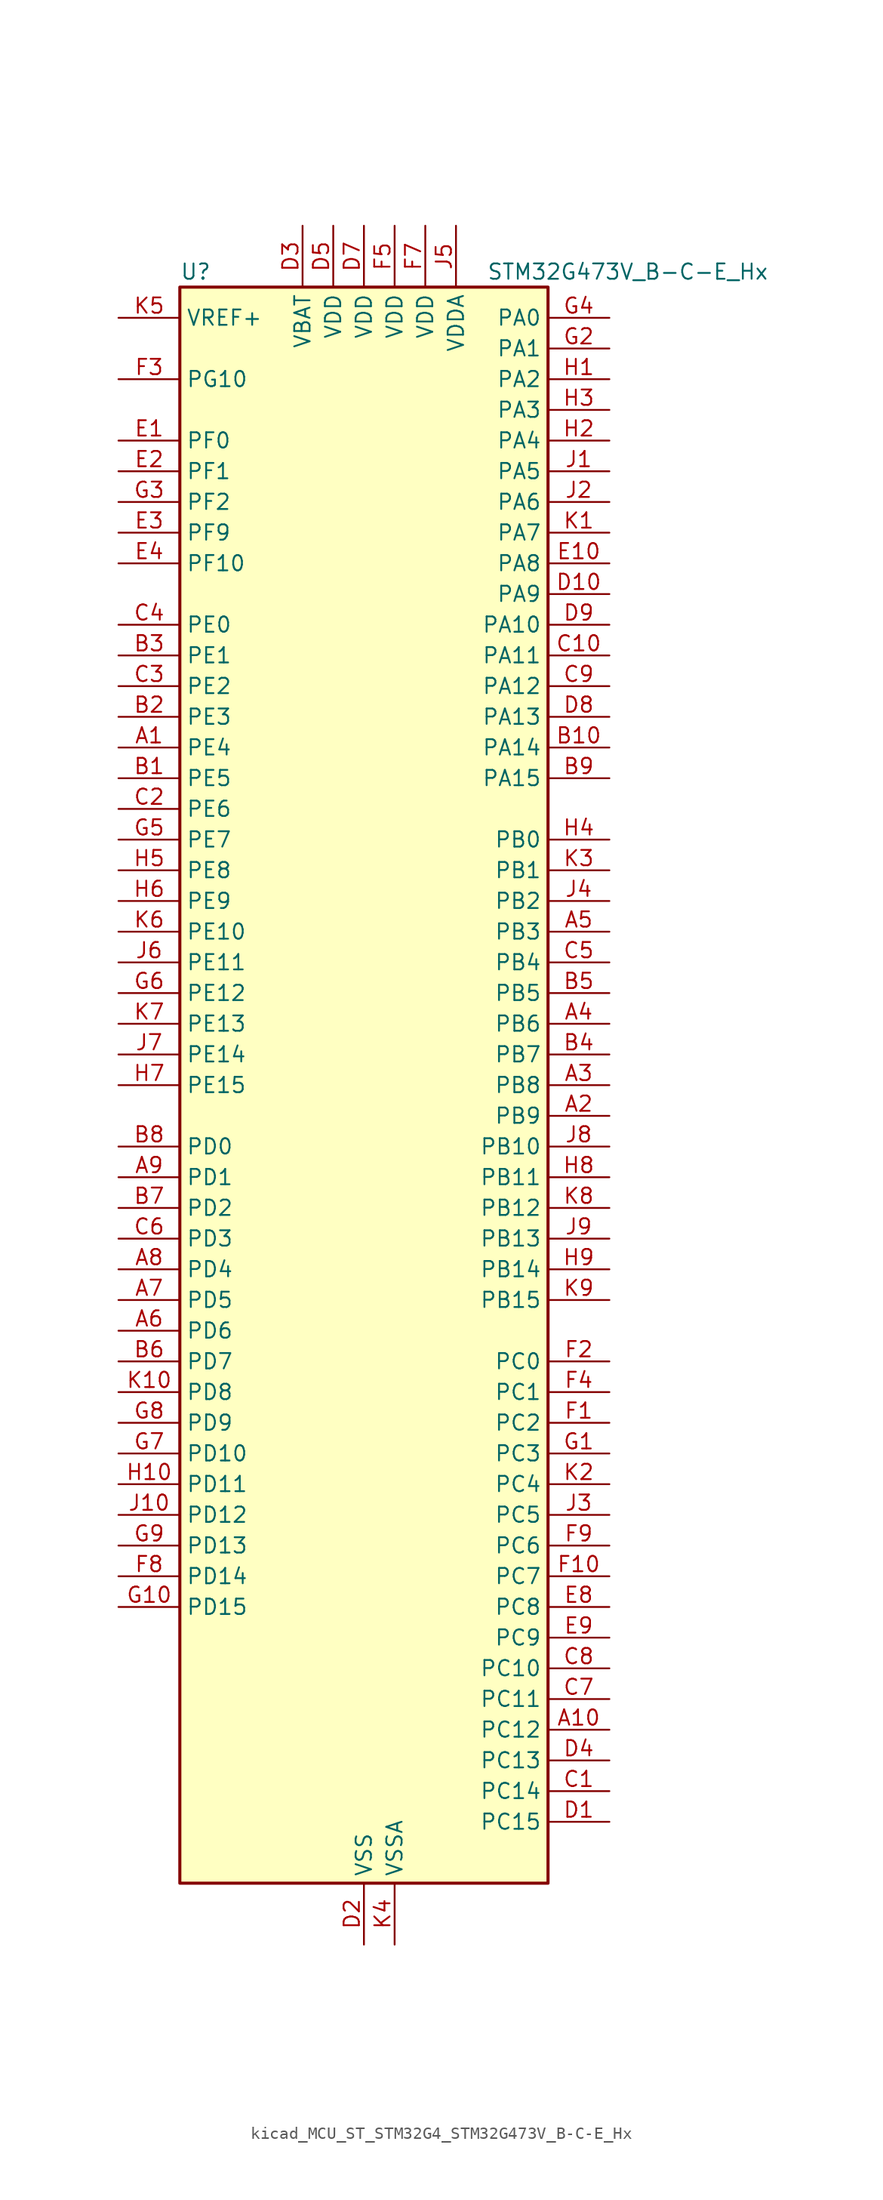
<source format=kicad_sym>
(kicad_symbol_lib
  (version 20220914)
  (generator kicad_symbol_editor)
  (symbol "kicad_MCU_ST_STM32G4_STM32G473V_B-C-E_Hx"
    (property "Reference" "U"
      (at -15.24 67.31 0)
      (effects (font (size 1.27 1.27)) (justify left)))
    (property "Value" "STM32G473V_B-C-E_Hx"
      (at 10.16 67.31 0)
      (effects (font (size 1.27 1.27)) (justify left)))
    (property "ki_locked" ""
      (at 0 0 0)
      (effects (font (size 1.27 1.27))))
    (symbol "kicad_MCU_ST_STM32G4_STM32G473V_B-C-E_Hx_0_1"
      (rectangle (start -15.24 -66.04) (end 15.24 66.04) (stroke (width 0.254) (type default)) (fill (type background))))
    (symbol "kicad_MCU_ST_STM32G4_STM32G473V_B-C-E_Hx_1_1"
      (pin bidirectional line (at -20.32 27.94 0) (length 5.08) (name "PE4" (effects (font (size 1.27 1.27)))) (number "A1" (effects (font (size 1.27 1.27)))) (alternate "FMC_A20" bidirectional line) (alternate "SAI1_D2" bidirectional line) (alternate "SAI1_FS_A" bidirectional line) (alternate "SPI4_NSS" bidirectional line) (alternate "SYS_TRACED1" bidirectional line) (alternate "TIM20_CH1N" bidirectional line) (alternate "TIM3_CH3" bidirectional line))
      (pin bidirectional line (at 20.32 -53.34 180) (length 5.08) (name "PC12" (effects (font (size 1.27 1.27)))) (number "A10" (effects (font (size 1.27 1.27)))) (alternate "I2S3_SD" bidirectional line) (alternate "SPI3_MOSI" bidirectional line) (alternate "TIM5_CH2" bidirectional line) (alternate "TIM8_CH3N" bidirectional line) (alternate "UART5_TX" bidirectional line) (alternate "UCPD1_FRSTX1" bidirectional line) (alternate "UCPD1_FRSTX2" bidirectional line) (alternate "USART3_CK" bidirectional line))
      (pin bidirectional line (at 20.32 -2.54 180) (length 5.08) (name "PB9" (effects (font (size 1.27 1.27)))) (number "A2" (effects (font (size 1.27 1.27)))) (alternate "COMP2_OUT" bidirectional line) (alternate "DAC1_EXTI9" bidirectional line) (alternate "DAC2_EXTI9" bidirectional line) (alternate "DAC3_EXTI9" bidirectional line) (alternate "DAC4_EXTI9" bidirectional line) (alternate "FDCAN1_TX" bidirectional line) (alternate "I2C1_SDA" bidirectional line) (alternate "IR_OUT" bidirectional line) (alternate "SAI1_D2" bidirectional line) (alternate "SAI1_FS_A" bidirectional line) (alternate "TIM17_CH1" bidirectional line) (alternate "TIM1_CH3N" bidirectional line) (alternate "TIM4_CH4" bidirectional line) (alternate "TIM8_CH3" bidirectional line) (alternate "USART3_TX" bidirectional line))
      (pin bidirectional line (at 20.32 0 180) (length 5.08) (name "PB8" (effects (font (size 1.27 1.27)))) (number "A3" (effects (font (size 1.27 1.27)))) (alternate "COMP1_OUT" bidirectional line) (alternate "FDCAN1_RX" bidirectional line) (alternate "I2C1_SCL" bidirectional line) (alternate "SAI1_CK1" bidirectional line) (alternate "SAI1_MCLK_A" bidirectional line) (alternate "TIM16_CH1" bidirectional line) (alternate "TIM1_BKIN" bidirectional line) (alternate "TIM4_CH3" bidirectional line) (alternate "TIM8_CH2" bidirectional line) (alternate "USART3_RX" bidirectional line))
      (pin bidirectional line (at 20.32 5.08 180) (length 5.08) (name "PB6" (effects (font (size 1.27 1.27)))) (number "A4" (effects (font (size 1.27 1.27)))) (alternate "COMP4_OUT" bidirectional line) (alternate "FDCAN2_TX" bidirectional line) (alternate "LPTIM1_ETR" bidirectional line) (alternate "SAI1_FS_B" bidirectional line) (alternate "TIM16_CH1N" bidirectional line) (alternate "TIM4_CH1" bidirectional line) (alternate "TIM8_BKIN2" bidirectional line) (alternate "TIM8_CH1" bidirectional line) (alternate "TIM8_ETR" bidirectional line) (alternate "UCPD1_CC1" bidirectional line) (alternate "USART1_TX" bidirectional line))
      (pin bidirectional line (at 20.32 12.7 180) (length 5.08) (name "PB3" (effects (font (size 1.27 1.27)))) (number "A5" (effects (font (size 1.27 1.27)))) (alternate "ADC3_EXTI3" bidirectional line) (alternate "ADC4_EXTI3" bidirectional line) (alternate "ADC5_EXTI3" bidirectional line) (alternate "CRS_SYNC" bidirectional line) (alternate "FDCAN3_RX" bidirectional line) (alternate "I2S3_CK" bidirectional line) (alternate "SAI1_SCK_B" bidirectional line) (alternate "SPI1_SCK" bidirectional line) (alternate "SPI3_SCK" bidirectional line) (alternate "SYS_JTDO-SWO" bidirectional line) (alternate "TIM2_CH2" bidirectional line) (alternate "TIM3_ETR" bidirectional line) (alternate "TIM4_ETR" bidirectional line) (alternate "TIM8_CH1N" bidirectional line) (alternate "USART2_TX" bidirectional line))
      (pin bidirectional line (at -20.32 -20.32 0) (length 5.08) (name "PD6" (effects (font (size 1.27 1.27)))) (number "A6" (effects (font (size 1.27 1.27)))) (alternate "FMC_NWAIT" bidirectional line) (alternate "QUADSPI1_BK2_IO2" bidirectional line) (alternate "SAI1_D1" bidirectional line) (alternate "SAI1_SD_A" bidirectional line) (alternate "TIM2_CH4" bidirectional line) (alternate "USART2_RX" bidirectional line))
      (pin bidirectional line (at -20.32 -17.78 0) (length 5.08) (name "PD5" (effects (font (size 1.27 1.27)))) (number "A7" (effects (font (size 1.27 1.27)))) (alternate "FMC_NWE" bidirectional line) (alternate "QUADSPI1_BK2_IO1" bidirectional line) (alternate "USART2_TX" bidirectional line))
      (pin bidirectional line (at -20.32 -15.24 0) (length 5.08) (name "PD4" (effects (font (size 1.27 1.27)))) (number "A8" (effects (font (size 1.27 1.27)))) (alternate "FMC_NOE" bidirectional line) (alternate "QUADSPI1_BK2_IO0" bidirectional line) (alternate "TIM2_CH2" bidirectional line) (alternate "USART2_DE" bidirectional line) (alternate "USART2_RTS" bidirectional line))
      (pin bidirectional line (at -20.32 -7.62 0) (length 5.08) (name "PD1" (effects (font (size 1.27 1.27)))) (number "A9" (effects (font (size 1.27 1.27)))) (alternate "FDCAN1_TX" bidirectional line) (alternate "FMC_D3" bidirectional line) (alternate "FMC_DA3" bidirectional line) (alternate "TIM8_BKIN2" bidirectional line) (alternate "TIM8_CH4" bidirectional line))
      (pin bidirectional line (at -20.32 25.4 0) (length 5.08) (name "PE5" (effects (font (size 1.27 1.27)))) (number "B1" (effects (font (size 1.27 1.27)))) (alternate "FMC_A21" bidirectional line) (alternate "SAI1_CK2" bidirectional line) (alternate "SAI1_SCK_A" bidirectional line) (alternate "SPI4_MISO" bidirectional line) (alternate "SYS_TRACED2" bidirectional line) (alternate "TIM20_CH2N" bidirectional line) (alternate "TIM3_CH4" bidirectional line))
      (pin bidirectional line (at 20.32 27.94 180) (length 5.08) (name "PA14" (effects (font (size 1.27 1.27)))) (number "B10" (effects (font (size 1.27 1.27)))) (alternate "I2C1_SDA" bidirectional line) (alternate "I2C4_SMBA" bidirectional line) (alternate "LPTIM1_OUT" bidirectional line) (alternate "SAI1_FS_B" bidirectional line) (alternate "SYS_JTCK-SWCLK" bidirectional line) (alternate "TIM1_BKIN" bidirectional line) (alternate "TIM8_CH2" bidirectional line) (alternate "USART2_TX" bidirectional line))
      (pin bidirectional line (at -20.32 30.48 0) (length 5.08) (name "PE3" (effects (font (size 1.27 1.27)))) (number "B2" (effects (font (size 1.27 1.27)))) (alternate "ADC3_EXTI3" bidirectional line) (alternate "ADC4_EXTI3" bidirectional line) (alternate "ADC5_EXTI3" bidirectional line) (alternate "FMC_A19" bidirectional line) (alternate "SAI1_SD_B" bidirectional line) (alternate "SPI4_NSS" bidirectional line) (alternate "SYS_TRACED0" bidirectional line) (alternate "TIM20_CH2" bidirectional line) (alternate "TIM3_CH2" bidirectional line))
      (pin bidirectional line (at -20.32 35.56 0) (length 5.08) (name "PE1" (effects (font (size 1.27 1.27)))) (number "B3" (effects (font (size 1.27 1.27)))) (alternate "FMC_NBL1" bidirectional line) (alternate "TIM17_CH1" bidirectional line) (alternate "TIM20_CH4" bidirectional line) (alternate "USART1_RX" bidirectional line))
      (pin bidirectional line (at 20.32 2.54 180) (length 5.08) (name "PB7" (effects (font (size 1.27 1.27)))) (number "B4" (effects (font (size 1.27 1.27)))) (alternate "COMP3_OUT" bidirectional line) (alternate "FMC_NL" bidirectional line) (alternate "I2C1_SDA" bidirectional line) (alternate "I2C4_SDA" bidirectional line) (alternate "LPTIM1_IN2" bidirectional line) (alternate "SYS_PVD_IN" bidirectional line) (alternate "TIM17_CH1N" bidirectional line) (alternate "TIM3_CH4" bidirectional line) (alternate "TIM4_CH2" bidirectional line) (alternate "TIM8_BKIN" bidirectional line) (alternate "UART4_CTS" bidirectional line) (alternate "USART1_RX" bidirectional line))
      (pin bidirectional line (at 20.32 7.62 180) (length 5.08) (name "PB5" (effects (font (size 1.27 1.27)))) (number "B5" (effects (font (size 1.27 1.27)))) (alternate "FDCAN2_RX" bidirectional line) (alternate "I2C1_SMBA" bidirectional line) (alternate "I2C3_SDA" bidirectional line) (alternate "I2S3_SD" bidirectional line) (alternate "LPTIM1_IN1" bidirectional line) (alternate "SAI1_SD_B" bidirectional line) (alternate "SPI1_MOSI" bidirectional line) (alternate "SPI3_MOSI" bidirectional line) (alternate "TIM16_BKIN" bidirectional line) (alternate "TIM17_CH1" bidirectional line) (alternate "TIM3_CH2" bidirectional line) (alternate "TIM8_CH3N" bidirectional line) (alternate "UART5_CTS" bidirectional line) (alternate "USART2_CK" bidirectional line))
      (pin bidirectional line (at -20.32 -22.86 0) (length 5.08) (name "PD7" (effects (font (size 1.27 1.27)))) (number "B6" (effects (font (size 1.27 1.27)))) (alternate "FMC_NCE" bidirectional line) (alternate "FMC_NE1" bidirectional line) (alternate "QUADSPI1_BK2_IO3" bidirectional line) (alternate "TIM2_CH3" bidirectional line) (alternate "USART2_CK" bidirectional line))
      (pin bidirectional line (at -20.32 -10.16 0) (length 5.08) (name "PD2" (effects (font (size 1.27 1.27)))) (number "B7" (effects (font (size 1.27 1.27)))) (alternate "ADC3_EXTI2" bidirectional line) (alternate "ADC4_EXTI2" bidirectional line) (alternate "ADC5_EXTI2" bidirectional line) (alternate "TIM3_ETR" bidirectional line) (alternate "TIM8_BKIN" bidirectional line) (alternate "UART5_RX" bidirectional line))
      (pin bidirectional line (at -20.32 -5.08 0) (length 5.08) (name "PD0" (effects (font (size 1.27 1.27)))) (number "B8" (effects (font (size 1.27 1.27)))) (alternate "FDCAN1_RX" bidirectional line) (alternate "FMC_D2" bidirectional line) (alternate "FMC_DA2" bidirectional line) (alternate "TIM8_CH4N" bidirectional line))
      (pin bidirectional line (at 20.32 25.4 180) (length 5.08) (name "PA15" (effects (font (size 1.27 1.27)))) (number "B9" (effects (font (size 1.27 1.27)))) (alternate "ADC1_EXTI15" bidirectional line) (alternate "ADC2_EXTI15" bidirectional line) (alternate "FDCAN3_TX" bidirectional line) (alternate "I2C1_SCL" bidirectional line) (alternate "I2S3_WS" bidirectional line) (alternate "SPI1_NSS" bidirectional line) (alternate "SPI3_NSS" bidirectional line) (alternate "SYS_JTDI" bidirectional line) (alternate "TIM1_BKIN" bidirectional line) (alternate "TIM2_CH1" bidirectional line) (alternate "TIM2_ETR" bidirectional line) (alternate "TIM8_CH1" bidirectional line) (alternate "UART4_DE" bidirectional line) (alternate "UART4_RTS" bidirectional line) (alternate "USART2_RX" bidirectional line))
      (pin bidirectional line (at 20.32 -58.42 180) (length 5.08) (name "PC14" (effects (font (size 1.27 1.27)))) (number "C1" (effects (font (size 1.27 1.27)))) (alternate "RCC_OSC32_IN" bidirectional line))
      (pin bidirectional line (at 20.32 35.56 180) (length 5.08) (name "PA11" (effects (font (size 1.27 1.27)))) (number "C10" (effects (font (size 1.27 1.27)))) (alternate "ADC1_EXTI11" bidirectional line) (alternate "ADC2_EXTI11" bidirectional line) (alternate "COMP1_OUT" bidirectional line) (alternate "FDCAN1_RX" bidirectional line) (alternate "I2S2_SD" bidirectional line) (alternate "SPI2_MOSI" bidirectional line) (alternate "TIM1_BKIN2" bidirectional line) (alternate "TIM1_CH1N" bidirectional line) (alternate "TIM1_CH4" bidirectional line) (alternate "TIM4_CH1" bidirectional line) (alternate "USART1_CTS" bidirectional line) (alternate "USART1_NSS" bidirectional line) (alternate "USB_DM" bidirectional line))
      (pin bidirectional line (at -20.32 22.86 0) (length 5.08) (name "PE6" (effects (font (size 1.27 1.27)))) (number "C2" (effects (font (size 1.27 1.27)))) (alternate "FMC_A22" bidirectional line) (alternate "RTC_TAMP3" bidirectional line) (alternate "SAI1_D1" bidirectional line) (alternate "SAI1_SD_A" bidirectional line) (alternate "SPI4_MOSI" bidirectional line) (alternate "SYS_TRACED3" bidirectional line) (alternate "SYS_WKUP3" bidirectional line) (alternate "TIM20_CH3N" bidirectional line))
      (pin bidirectional line (at -20.32 33.02 0) (length 5.08) (name "PE2" (effects (font (size 1.27 1.27)))) (number "C3" (effects (font (size 1.27 1.27)))) (alternate "ADC3_EXTI2" bidirectional line) (alternate "ADC4_EXTI2" bidirectional line) (alternate "ADC5_EXTI2" bidirectional line) (alternate "FMC_A23" bidirectional line) (alternate "SAI1_CK1" bidirectional line) (alternate "SAI1_MCLK_A" bidirectional line) (alternate "SPI4_SCK" bidirectional line) (alternate "SYS_TRACECLK" bidirectional line) (alternate "TIM20_CH1" bidirectional line) (alternate "TIM3_CH1" bidirectional line))
      (pin bidirectional line (at -20.32 38.1 0) (length 5.08) (name "PE0" (effects (font (size 1.27 1.27)))) (number "C4" (effects (font (size 1.27 1.27)))) (alternate "FMC_NBL0" bidirectional line) (alternate "TIM16_CH1" bidirectional line) (alternate "TIM20_CH4N" bidirectional line) (alternate "TIM20_ETR" bidirectional line) (alternate "TIM4_ETR" bidirectional line) (alternate "USART1_TX" bidirectional line))
      (pin bidirectional line (at 20.32 10.16 180) (length 5.08) (name "PB4" (effects (font (size 1.27 1.27)))) (number "C5" (effects (font (size 1.27 1.27)))) (alternate "FDCAN3_TX" bidirectional line) (alternate "SAI1_MCLK_B" bidirectional line) (alternate "SPI1_MISO" bidirectional line) (alternate "SPI3_MISO" bidirectional line) (alternate "SYS_JTRST" bidirectional line) (alternate "TIM16_CH1" bidirectional line) (alternate "TIM17_BKIN" bidirectional line) (alternate "TIM3_CH1" bidirectional line) (alternate "TIM8_CH2N" bidirectional line) (alternate "UART5_DE" bidirectional line) (alternate "UART5_RTS" bidirectional line) (alternate "UCPD1_CC2" bidirectional line) (alternate "USART2_RX" bidirectional line))
      (pin bidirectional line (at -20.32 -12.7 0) (length 5.08) (name "PD3" (effects (font (size 1.27 1.27)))) (number "C6" (effects (font (size 1.27 1.27)))) (alternate "ADC3_EXTI3" bidirectional line) (alternate "ADC4_EXTI3" bidirectional line) (alternate "ADC5_EXTI3" bidirectional line) (alternate "FMC_CLK" bidirectional line) (alternate "QUADSPI1_BK2_NCS" bidirectional line) (alternate "TIM2_CH1" bidirectional line) (alternate "TIM2_ETR" bidirectional line) (alternate "USART2_CTS" bidirectional line) (alternate "USART2_NSS" bidirectional line))
      (pin bidirectional line (at 20.32 -50.8 180) (length 5.08) (name "PC11" (effects (font (size 1.27 1.27)))) (number "C7" (effects (font (size 1.27 1.27)))) (alternate "ADC1_EXTI11" bidirectional line) (alternate "ADC2_EXTI11" bidirectional line) (alternate "I2C3_SDA" bidirectional line) (alternate "SPI3_MISO" bidirectional line) (alternate "TIM8_CH2N" bidirectional line) (alternate "UART4_RX" bidirectional line) (alternate "USART3_RX" bidirectional line))
      (pin bidirectional line (at 20.32 -48.26 180) (length 5.08) (name "PC10" (effects (font (size 1.27 1.27)))) (number "C8" (effects (font (size 1.27 1.27)))) (alternate "DAC1_EXTI10" bidirectional line) (alternate "DAC2_EXTI10" bidirectional line) (alternate "DAC3_EXTI10" bidirectional line) (alternate "DAC4_EXTI10" bidirectional line) (alternate "I2S3_CK" bidirectional line) (alternate "SPI3_SCK" bidirectional line) (alternate "TIM8_CH1N" bidirectional line) (alternate "UART4_TX" bidirectional line) (alternate "USART3_TX" bidirectional line))
      (pin bidirectional line (at 20.32 33.02 180) (length 5.08) (name "PA12" (effects (font (size 1.27 1.27)))) (number "C9" (effects (font (size 1.27 1.27)))) (alternate "COMP2_OUT" bidirectional line) (alternate "FDCAN1_TX" bidirectional line) (alternate "I2S_CKIN" bidirectional line) (alternate "TIM16_CH1" bidirectional line) (alternate "TIM1_CH2N" bidirectional line) (alternate "TIM1_ETR" bidirectional line) (alternate "TIM4_CH2" bidirectional line) (alternate "USART1_DE" bidirectional line) (alternate "USART1_RTS" bidirectional line) (alternate "USB_DP" bidirectional line))
      (pin bidirectional line (at 20.32 -60.96 180) (length 5.08) (name "PC15" (effects (font (size 1.27 1.27)))) (number "D1" (effects (font (size 1.27 1.27)))) (alternate "ADC1_EXTI15" bidirectional line) (alternate "ADC2_EXTI15" bidirectional line) (alternate "RCC_OSC32_OUT" bidirectional line))
      (pin bidirectional line (at 20.32 40.64 180) (length 5.08) (name "PA9" (effects (font (size 1.27 1.27)))) (number "D10" (effects (font (size 1.27 1.27)))) (alternate "ADC5_IN2" bidirectional line) (alternate "COMP5_OUT" bidirectional line) (alternate "DAC1_EXTI9" bidirectional line) (alternate "DAC2_EXTI9" bidirectional line) (alternate "DAC3_EXTI9" bidirectional line) (alternate "DAC4_EXTI9" bidirectional line) (alternate "I2C2_SCL" bidirectional line) (alternate "I2C3_SMBA" bidirectional line) (alternate "I2S3_MCK" bidirectional line) (alternate "SAI1_FS_A" bidirectional line) (alternate "TIM15_BKIN" bidirectional line) (alternate "TIM1_CH2" bidirectional line) (alternate "TIM2_CH3" bidirectional line) (alternate "UCPD1_DBCC1" bidirectional line) (alternate "USART1_TX" bidirectional line))
      (pin power_in line (at 0 -71.12 90) (length 5.08) (name "VSS" (effects (font (size 1.27 1.27)))) (number "D2" (effects (font (size 1.27 1.27)))))
      (pin power_in line (at -5.08 71.12 270) (length 5.08) (name "VBAT" (effects (font (size 1.27 1.27)))) (number "D3" (effects (font (size 1.27 1.27)))))
      (pin bidirectional line (at 20.32 -55.88 180) (length 5.08) (name "PC13" (effects (font (size 1.27 1.27)))) (number "D4" (effects (font (size 1.27 1.27)))) (alternate "RTC_OUT1" bidirectional line) (alternate "RTC_TAMP1" bidirectional line) (alternate "RTC_TS" bidirectional line) (alternate "SYS_WKUP2" bidirectional line) (alternate "TIM1_BKIN" bidirectional line) (alternate "TIM1_CH1N" bidirectional line) (alternate "TIM8_CH4N" bidirectional line))
      (pin power_in line (at -2.54 71.12 270) (length 5.08) (name "VDD" (effects (font (size 1.27 1.27)))) (number "D5" (effects (font (size 1.27 1.27)))))
      (pin passive line (at 0 -71.12 90) (length 5.08) hide (name "VSS" (effects (font (size 1.27 1.27)))) (number "D6" (effects (font (size 1.27 1.27)))))
      (pin power_in line (at 0 71.12 270) (length 5.08) (name "VDD" (effects (font (size 1.27 1.27)))) (number "D7" (effects (font (size 1.27 1.27)))))
      (pin bidirectional line (at 20.32 30.48 180) (length 5.08) (name "PA13" (effects (font (size 1.27 1.27)))) (number "D8" (effects (font (size 1.27 1.27)))) (alternate "I2C1_SCL" bidirectional line) (alternate "I2C4_SCL" bidirectional line) (alternate "IR_OUT" bidirectional line) (alternate "SAI1_SD_B" bidirectional line) (alternate "SYS_JTMS-SWDIO" bidirectional line) (alternate "TIM16_CH1N" bidirectional line) (alternate "TIM4_CH3" bidirectional line) (alternate "USART3_CTS" bidirectional line) (alternate "USART3_NSS" bidirectional line))
      (pin bidirectional line (at 20.32 38.1 180) (length 5.08) (name "PA10" (effects (font (size 1.27 1.27)))) (number "D9" (effects (font (size 1.27 1.27)))) (alternate "COMP6_OUT" bidirectional line) (alternate "CRS_SYNC" bidirectional line) (alternate "DAC1_EXTI10" bidirectional line) (alternate "DAC2_EXTI10" bidirectional line) (alternate "DAC3_EXTI10" bidirectional line) (alternate "DAC4_EXTI10" bidirectional line) (alternate "I2C2_SMBA" bidirectional line) (alternate "SAI1_D1" bidirectional line) (alternate "SAI1_SD_A" bidirectional line) (alternate "SPI2_MISO" bidirectional line) (alternate "TIM17_BKIN" bidirectional line) (alternate "TIM1_CH3" bidirectional line) (alternate "TIM2_CH4" bidirectional line) (alternate "TIM8_BKIN" bidirectional line) (alternate "UCPD1_DBCC2" bidirectional line) (alternate "USART1_RX" bidirectional line))
      (pin bidirectional line (at -20.32 53.34 0) (length 5.08) (name "PF0" (effects (font (size 1.27 1.27)))) (number "E1" (effects (font (size 1.27 1.27)))) (alternate "ADC1_IN10" bidirectional line) (alternate "I2C2_SDA" bidirectional line) (alternate "I2S2_WS" bidirectional line) (alternate "RCC_OSC_IN" bidirectional line) (alternate "SPI2_NSS" bidirectional line) (alternate "TIM1_CH3N" bidirectional line))
      (pin bidirectional line (at 20.32 43.18 180) (length 5.08) (name "PA8" (effects (font (size 1.27 1.27)))) (number "E10" (effects (font (size 1.27 1.27)))) (alternate "ADC5_IN1" bidirectional line) (alternate "COMP7_OUT" bidirectional line) (alternate "FDCAN3_RX" bidirectional line) (alternate "I2C2_SDA" bidirectional line) (alternate "I2C3_SCL" bidirectional line) (alternate "I2S2_MCK" bidirectional line) (alternate "OPAMP5_VOUT" bidirectional line) (alternate "RCC_MCO" bidirectional line) (alternate "SAI1_CK2" bidirectional line) (alternate "SAI1_SCK_A" bidirectional line) (alternate "TIM1_CH1" bidirectional line) (alternate "TIM4_ETR" bidirectional line) (alternate "USART1_CK" bidirectional line))
      (pin bidirectional line (at -20.32 50.8 0) (length 5.08) (name "PF1" (effects (font (size 1.27 1.27)))) (number "E2" (effects (font (size 1.27 1.27)))) (alternate "ADC2_IN10" bidirectional line) (alternate "COMP3_INM" bidirectional line) (alternate "I2S2_CK" bidirectional line) (alternate "RCC_OSC_OUT" bidirectional line) (alternate "SPI2_SCK" bidirectional line))
      (pin bidirectional line (at -20.32 45.72 0) (length 5.08) (name "PF9" (effects (font (size 1.27 1.27)))) (number "E3" (effects (font (size 1.27 1.27)))) (alternate "DAC1_EXTI9" bidirectional line) (alternate "DAC2_EXTI9" bidirectional line) (alternate "DAC3_EXTI9" bidirectional line) (alternate "DAC4_EXTI9" bidirectional line) (alternate "FMC_A25" bidirectional line) (alternate "QUADSPI1_BK1_IO1" bidirectional line) (alternate "SAI1_FS_B" bidirectional line) (alternate "SPI2_SCK" bidirectional line) (alternate "TIM15_CH1" bidirectional line) (alternate "TIM20_BKIN" bidirectional line) (alternate "TIM5_CH4" bidirectional line))
      (pin bidirectional line (at -20.32 43.18 0) (length 5.08) (name "PF10" (effects (font (size 1.27 1.27)))) (number "E4" (effects (font (size 1.27 1.27)))) (alternate "DAC1_EXTI10" bidirectional line) (alternate "DAC2_EXTI10" bidirectional line) (alternate "DAC3_EXTI10" bidirectional line) (alternate "DAC4_EXTI10" bidirectional line) (alternate "FMC_A0" bidirectional line) (alternate "QUADSPI1_CLK" bidirectional line) (alternate "SAI1_D3" bidirectional line) (alternate "SPI2_SCK" bidirectional line) (alternate "TIM15_CH2" bidirectional line) (alternate "TIM20_BKIN2" bidirectional line))
      (pin passive line (at 0 -71.12 90) (length 5.08) hide (name "VSS" (effects (font (size 1.27 1.27)))) (number "E5" (effects (font (size 1.27 1.27)))))
      (pin passive line (at 0 -71.12 90) (length 5.08) hide (name "VSS" (effects (font (size 1.27 1.27)))) (number "E6" (effects (font (size 1.27 1.27)))))
      (pin passive line (at 0 -71.12 90) (length 5.08) hide (name "VSS" (effects (font (size 1.27 1.27)))) (number "E7" (effects (font (size 1.27 1.27)))))
      (pin bidirectional line (at 20.32 -43.18 180) (length 5.08) (name "PC8" (effects (font (size 1.27 1.27)))) (number "E8" (effects (font (size 1.27 1.27)))) (alternate "COMP7_OUT" bidirectional line) (alternate "I2C3_SCL" bidirectional line) (alternate "TIM20_CH3" bidirectional line) (alternate "TIM3_CH3" bidirectional line) (alternate "TIM8_CH3" bidirectional line))
      (pin bidirectional line (at 20.32 -45.72 180) (length 5.08) (name "PC9" (effects (font (size 1.27 1.27)))) (number "E9" (effects (font (size 1.27 1.27)))) (alternate "DAC1_EXTI9" bidirectional line) (alternate "DAC2_EXTI9" bidirectional line) (alternate "DAC3_EXTI9" bidirectional line) (alternate "DAC4_EXTI9" bidirectional line) (alternate "I2C3_SDA" bidirectional line) (alternate "I2S_CKIN" bidirectional line) (alternate "TIM3_CH4" bidirectional line) (alternate "TIM8_BKIN2" bidirectional line) (alternate "TIM8_CH4" bidirectional line))
      (pin bidirectional line (at 20.32 -27.94 180) (length 5.08) (name "PC2" (effects (font (size 1.27 1.27)))) (number "F1" (effects (font (size 1.27 1.27)))) (alternate "ADC1_IN8" bidirectional line) (alternate "ADC2_IN8" bidirectional line) (alternate "ADC3_EXTI2" bidirectional line) (alternate "ADC4_EXTI2" bidirectional line) (alternate "ADC5_EXTI2" bidirectional line) (alternate "COMP3_OUT" bidirectional line) (alternate "LPTIM1_IN2" bidirectional line) (alternate "QUADSPI1_BK2_IO1" bidirectional line) (alternate "TIM1_CH3" bidirectional line) (alternate "TIM20_CH2" bidirectional line))
      (pin bidirectional line (at 20.32 -40.64 180) (length 5.08) (name "PC7" (effects (font (size 1.27 1.27)))) (number "F10" (effects (font (size 1.27 1.27)))) (alternate "COMP5_OUT" bidirectional line) (alternate "I2C4_SDA" bidirectional line) (alternate "I2S3_MCK" bidirectional line) (alternate "TIM3_CH2" bidirectional line) (alternate "TIM8_CH2" bidirectional line))
      (pin bidirectional line (at 20.32 -22.86 180) (length 5.08) (name "PC0" (effects (font (size 1.27 1.27)))) (number "F2" (effects (font (size 1.27 1.27)))) (alternate "ADC1_IN6" bidirectional line) (alternate "ADC2_IN6" bidirectional line) (alternate "COMP3_INM" bidirectional line) (alternate "LPTIM1_IN1" bidirectional line) (alternate "LPUART1_RX" bidirectional line) (alternate "TIM1_CH1" bidirectional line))
      (pin bidirectional line (at -20.32 58.42 0) (length 5.08) (name "PG10" (effects (font (size 1.27 1.27)))) (number "F3" (effects (font (size 1.27 1.27)))) (alternate "DAC1_EXTI10" bidirectional line) (alternate "DAC2_EXTI10" bidirectional line) (alternate "DAC3_EXTI10" bidirectional line) (alternate "DAC4_EXTI10" bidirectional line) (alternate "RCC_MCO" bidirectional line))
      (pin bidirectional line (at 20.32 -25.4 180) (length 5.08) (name "PC1" (effects (font (size 1.27 1.27)))) (number "F4" (effects (font (size 1.27 1.27)))) (alternate "ADC1_IN7" bidirectional line) (alternate "ADC2_IN7" bidirectional line) (alternate "COMP3_INP" bidirectional line) (alternate "LPTIM1_OUT" bidirectional line) (alternate "LPUART1_TX" bidirectional line) (alternate "QUADSPI1_BK2_IO0" bidirectional line) (alternate "SAI1_SD_A" bidirectional line) (alternate "TIM1_CH2" bidirectional line))
      (pin power_in line (at 2.54 71.12 270) (length 5.08) (name "VDD" (effects (font (size 1.27 1.27)))) (number "F5" (effects (font (size 1.27 1.27)))))
      (pin passive line (at 0 -71.12 90) (length 5.08) hide (name "VSS" (effects (font (size 1.27 1.27)))) (number "F6" (effects (font (size 1.27 1.27)))))
      (pin power_in line (at 5.08 71.12 270) (length 5.08) (name "VDD" (effects (font (size 1.27 1.27)))) (number "F7" (effects (font (size 1.27 1.27)))))
      (pin bidirectional line (at -20.32 -40.64 0) (length 5.08) (name "PD14" (effects (font (size 1.27 1.27)))) (number "F8" (effects (font (size 1.27 1.27)))) (alternate "ADC3_IN11" bidirectional line) (alternate "ADC4_IN11" bidirectional line) (alternate "ADC5_IN11" bidirectional line) (alternate "COMP7_INP" bidirectional line) (alternate "FMC_D0" bidirectional line) (alternate "FMC_DA0" bidirectional line) (alternate "OPAMP2_VINP" bidirectional line) (alternate "OPAMP2_VINP_SEC" bidirectional line) (alternate "TIM4_CH3" bidirectional line))
      (pin bidirectional line (at 20.32 -38.1 180) (length 5.08) (name "PC6" (effects (font (size 1.27 1.27)))) (number "F9" (effects (font (size 1.27 1.27)))) (alternate "COMP6_OUT" bidirectional line) (alternate "I2C4_SCL" bidirectional line) (alternate "I2S2_MCK" bidirectional line) (alternate "TIM3_CH1" bidirectional line) (alternate "TIM8_CH1" bidirectional line))
      (pin bidirectional line (at 20.32 -30.48 180) (length 5.08) (name "PC3" (effects (font (size 1.27 1.27)))) (number "G1" (effects (font (size 1.27 1.27)))) (alternate "ADC1_IN9" bidirectional line) (alternate "ADC2_IN9" bidirectional line) (alternate "ADC3_EXTI3" bidirectional line) (alternate "ADC4_EXTI3" bidirectional line) (alternate "ADC5_EXTI3" bidirectional line) (alternate "LPTIM1_ETR" bidirectional line) (alternate "OPAMP5_VINP" bidirectional line) (alternate "OPAMP5_VINP_SEC" bidirectional line) (alternate "QUADSPI1_BK2_IO2" bidirectional line) (alternate "SAI1_D1" bidirectional line) (alternate "SAI1_SD_A" bidirectional line) (alternate "TIM1_BKIN2" bidirectional line) (alternate "TIM1_CH4" bidirectional line))
      (pin bidirectional line (at -20.32 -43.18 0) (length 5.08) (name "PD15" (effects (font (size 1.27 1.27)))) (number "G10" (effects (font (size 1.27 1.27)))) (alternate "ADC1_EXTI15" bidirectional line) (alternate "ADC2_EXTI15" bidirectional line) (alternate "COMP7_INM" bidirectional line) (alternate "FMC_D1" bidirectional line) (alternate "FMC_DA1" bidirectional line) (alternate "SPI2_NSS" bidirectional line) (alternate "TIM4_CH4" bidirectional line))
      (pin bidirectional line (at 20.32 60.96 180) (length 5.08) (name "PA1" (effects (font (size 1.27 1.27)))) (number "G2" (effects (font (size 1.27 1.27)))) (alternate "ADC1_IN2" bidirectional line) (alternate "ADC2_IN2" bidirectional line) (alternate "COMP1_INP" bidirectional line) (alternate "OPAMP1_VINP" bidirectional line) (alternate "OPAMP1_VINP_SEC" bidirectional line) (alternate "OPAMP3_VINP" bidirectional line) (alternate "OPAMP3_VINP_SEC" bidirectional line) (alternate "OPAMP6_VINM" bidirectional line) (alternate "OPAMP6_VINM0" bidirectional line) (alternate "OPAMP6_VINM_SEC" bidirectional line) (alternate "RTC_REFIN" bidirectional line) (alternate "TIM15_CH1N" bidirectional line) (alternate "TIM2_CH2" bidirectional line) (alternate "TIM5_CH2" bidirectional line) (alternate "USART2_DE" bidirectional line) (alternate "USART2_RTS" bidirectional line))
      (pin bidirectional line (at -20.32 48.26 0) (length 5.08) (name "PF2" (effects (font (size 1.27 1.27)))) (number "G3" (effects (font (size 1.27 1.27)))) (alternate "ADC3_EXTI2" bidirectional line) (alternate "ADC4_EXTI2" bidirectional line) (alternate "ADC5_EXTI2" bidirectional line) (alternate "FMC_A2" bidirectional line) (alternate "I2C2_SMBA" bidirectional line) (alternate "TIM20_CH3" bidirectional line))
      (pin bidirectional line (at 20.32 63.5 180) (length 5.08) (name "PA0" (effects (font (size 1.27 1.27)))) (number "G4" (effects (font (size 1.27 1.27)))) (alternate "ADC1_IN1" bidirectional line) (alternate "ADC2_IN1" bidirectional line) (alternate "COMP1_INM" bidirectional line) (alternate "COMP1_OUT" bidirectional line) (alternate "COMP3_INP" bidirectional line) (alternate "RTC_TAMP2" bidirectional line) (alternate "SYS_WKUP1" bidirectional line) (alternate "TIM2_CH1" bidirectional line) (alternate "TIM2_ETR" bidirectional line) (alternate "TIM5_CH1" bidirectional line) (alternate "TIM8_BKIN" bidirectional line) (alternate "TIM8_ETR" bidirectional line) (alternate "USART2_CTS" bidirectional line) (alternate "USART2_NSS" bidirectional line))
      (pin bidirectional line (at -20.32 20.32 0) (length 5.08) (name "PE7" (effects (font (size 1.27 1.27)))) (number "G5" (effects (font (size 1.27 1.27)))) (alternate "ADC3_IN4" bidirectional line) (alternate "COMP4_INP" bidirectional line) (alternate "FMC_D4" bidirectional line) (alternate "FMC_DA4" bidirectional line) (alternate "SAI1_SD_B" bidirectional line) (alternate "TIM1_ETR" bidirectional line))
      (pin bidirectional line (at -20.32 7.62 0) (length 5.08) (name "PE12" (effects (font (size 1.27 1.27)))) (number "G6" (effects (font (size 1.27 1.27)))) (alternate "ADC3_IN16" bidirectional line) (alternate "ADC4_IN16" bidirectional line) (alternate "ADC5_IN16" bidirectional line) (alternate "FMC_D9" bidirectional line) (alternate "FMC_DA9" bidirectional line) (alternate "QUADSPI1_BK1_IO0" bidirectional line) (alternate "SPI4_SCK" bidirectional line) (alternate "TIM1_CH3N" bidirectional line))
      (pin bidirectional line (at -20.32 -30.48 0) (length 5.08) (name "PD10" (effects (font (size 1.27 1.27)))) (number "G7" (effects (font (size 1.27 1.27)))) (alternate "ADC3_IN7" bidirectional line) (alternate "ADC4_IN7" bidirectional line) (alternate "ADC5_IN7" bidirectional line) (alternate "COMP6_INM" bidirectional line) (alternate "DAC1_EXTI10" bidirectional line) (alternate "DAC2_EXTI10" bidirectional line) (alternate "DAC3_EXTI10" bidirectional line) (alternate "DAC4_EXTI10" bidirectional line) (alternate "FMC_D15" bidirectional line) (alternate "FMC_DA15" bidirectional line) (alternate "USART3_CK" bidirectional line))
      (pin bidirectional line (at -20.32 -27.94 0) (length 5.08) (name "PD9" (effects (font (size 1.27 1.27)))) (number "G8" (effects (font (size 1.27 1.27)))) (alternate "ADC4_IN13" bidirectional line) (alternate "ADC5_IN13" bidirectional line) (alternate "DAC1_EXTI9" bidirectional line) (alternate "DAC2_EXTI9" bidirectional line) (alternate "DAC3_EXTI9" bidirectional line) (alternate "DAC4_EXTI9" bidirectional line) (alternate "FMC_D14" bidirectional line) (alternate "FMC_DA14" bidirectional line) (alternate "OPAMP6_VINP" bidirectional line) (alternate "OPAMP6_VINP_SEC" bidirectional line) (alternate "USART3_RX" bidirectional line))
      (pin bidirectional line (at -20.32 -38.1 0) (length 5.08) (name "PD13" (effects (font (size 1.27 1.27)))) (number "G9" (effects (font (size 1.27 1.27)))) (alternate "ADC3_IN10" bidirectional line) (alternate "ADC4_IN10" bidirectional line) (alternate "ADC5_IN10" bidirectional line) (alternate "COMP5_INM" bidirectional line) (alternate "FMC_A18" bidirectional line) (alternate "TIM4_CH2" bidirectional line))
      (pin bidirectional line (at 20.32 58.42 180) (length 5.08) (name "PA2" (effects (font (size 1.27 1.27)))) (number "H1" (effects (font (size 1.27 1.27)))) (alternate "ADC1_IN3" bidirectional line) (alternate "ADC3_EXTI2" bidirectional line) (alternate "ADC4_EXTI2" bidirectional line) (alternate "ADC5_EXTI2" bidirectional line) (alternate "COMP2_INM" bidirectional line) (alternate "COMP2_OUT" bidirectional line) (alternate "LPUART1_TX" bidirectional line) (alternate "OPAMP1_VOUT" bidirectional line) (alternate "QUADSPI1_BK1_NCS" bidirectional line) (alternate "RCC_LSCO" bidirectional line) (alternate "SYS_WKUP4" bidirectional line) (alternate "TIM15_CH1" bidirectional line) (alternate "TIM2_CH3" bidirectional line) (alternate "TIM5_CH3" bidirectional line) (alternate "UCPD1_FRSTX1" bidirectional line) (alternate "UCPD1_FRSTX2" bidirectional line) (alternate "USART2_TX" bidirectional line))
      (pin bidirectional line (at -20.32 -33.02 0) (length 5.08) (name "PD11" (effects (font (size 1.27 1.27)))) (number "H10" (effects (font (size 1.27 1.27)))) (alternate "ADC1_EXTI11" bidirectional line) (alternate "ADC2_EXTI11" bidirectional line) (alternate "ADC3_IN8" bidirectional line) (alternate "ADC4_IN8" bidirectional line) (alternate "ADC5_IN8" bidirectional line) (alternate "COMP6_INP" bidirectional line) (alternate "FMC_A16" bidirectional line) (alternate "FMC_CLE" bidirectional line) (alternate "I2C4_SMBA" bidirectional line) (alternate "OPAMP4_VINP" bidirectional line) (alternate "OPAMP4_VINP_SEC" bidirectional line) (alternate "TIM5_ETR" bidirectional line) (alternate "USART3_CTS" bidirectional line) (alternate "USART3_NSS" bidirectional line))
      (pin bidirectional line (at 20.32 53.34 180) (length 5.08) (name "PA4" (effects (font (size 1.27 1.27)))) (number "H2" (effects (font (size 1.27 1.27)))) (alternate "ADC2_IN17" bidirectional line) (alternate "COMP1_INM" bidirectional line) (alternate "DAC1_OUT1" bidirectional line) (alternate "I2S3_WS" bidirectional line) (alternate "SAI1_FS_B" bidirectional line) (alternate "SPI1_NSS" bidirectional line) (alternate "SPI3_NSS" bidirectional line) (alternate "TIM3_CH2" bidirectional line) (alternate "USART2_CK" bidirectional line))
      (pin bidirectional line (at 20.32 55.88 180) (length 5.08) (name "PA3" (effects (font (size 1.27 1.27)))) (number "H3" (effects (font (size 1.27 1.27)))) (alternate "ADC1_IN4" bidirectional line) (alternate "ADC3_EXTI3" bidirectional line) (alternate "ADC4_EXTI3" bidirectional line) (alternate "ADC5_EXTI3" bidirectional line) (alternate "COMP2_INP" bidirectional line) (alternate "LPUART1_RX" bidirectional line) (alternate "OPAMP1_VINM" bidirectional line) (alternate "OPAMP1_VINM0" bidirectional line) (alternate "OPAMP1_VINM_SEC" bidirectional line) (alternate "OPAMP1_VINP" bidirectional line) (alternate "OPAMP1_VINP_SEC" bidirectional line) (alternate "OPAMP5_VINM" bidirectional line) (alternate "OPAMP5_VINM1" bidirectional line) (alternate "OPAMP5_VINM_SEC" bidirectional line) (alternate "QUADSPI1_CLK" bidirectional line) (alternate "SAI1_CK1" bidirectional line) (alternate "SAI1_MCLK_A" bidirectional line) (alternate "TIM15_CH2" bidirectional line) (alternate "TIM2_CH4" bidirectional line) (alternate "TIM5_CH4" bidirectional line) (alternate "USART2_RX" bidirectional line))
      (pin bidirectional line (at 20.32 20.32 180) (length 5.08) (name "PB0" (effects (font (size 1.27 1.27)))) (number "H4" (effects (font (size 1.27 1.27)))) (alternate "ADC1_IN15" bidirectional line) (alternate "ADC3_IN12" bidirectional line) (alternate "COMP4_INP" bidirectional line) (alternate "OPAMP2_VINP" bidirectional line) (alternate "OPAMP2_VINP_SEC" bidirectional line) (alternate "OPAMP3_VINP" bidirectional line) (alternate "OPAMP3_VINP_SEC" bidirectional line) (alternate "QUADSPI1_BK1_IO1" bidirectional line) (alternate "TIM1_CH2N" bidirectional line) (alternate "TIM3_CH3" bidirectional line) (alternate "TIM8_CH2N" bidirectional line) (alternate "UCPD1_FRSTX1" bidirectional line) (alternate "UCPD1_FRSTX2" bidirectional line))
      (pin bidirectional line (at -20.32 17.78 0) (length 5.08) (name "PE8" (effects (font (size 1.27 1.27)))) (number "H5" (effects (font (size 1.27 1.27)))) (alternate "ADC3_IN6" bidirectional line) (alternate "ADC4_IN6" bidirectional line) (alternate "ADC5_IN6" bidirectional line) (alternate "COMP4_INM" bidirectional line) (alternate "FMC_D5" bidirectional line) (alternate "FMC_DA5" bidirectional line) (alternate "SAI1_SCK_B" bidirectional line) (alternate "TIM1_CH1N" bidirectional line) (alternate "TIM5_CH3" bidirectional line))
      (pin bidirectional line (at -20.32 15.24 0) (length 5.08) (name "PE9" (effects (font (size 1.27 1.27)))) (number "H6" (effects (font (size 1.27 1.27)))) (alternate "ADC3_IN2" bidirectional line) (alternate "DAC1_EXTI9" bidirectional line) (alternate "DAC2_EXTI9" bidirectional line) (alternate "DAC3_EXTI9" bidirectional line) (alternate "DAC4_EXTI9" bidirectional line) (alternate "FMC_D6" bidirectional line) (alternate "FMC_DA6" bidirectional line) (alternate "SAI1_FS_B" bidirectional line) (alternate "TIM1_CH1" bidirectional line) (alternate "TIM5_CH4" bidirectional line))
      (pin bidirectional line (at -20.32 0 0) (length 5.08) (name "PE15" (effects (font (size 1.27 1.27)))) (number "H7" (effects (font (size 1.27 1.27)))) (alternate "ADC1_EXTI15" bidirectional line) (alternate "ADC2_EXTI15" bidirectional line) (alternate "ADC4_IN2" bidirectional line) (alternate "FMC_D12" bidirectional line) (alternate "FMC_DA12" bidirectional line) (alternate "QUADSPI1_BK1_IO3" bidirectional line) (alternate "TIM1_BKIN" bidirectional line) (alternate "TIM1_CH4N" bidirectional line) (alternate "USART3_RX" bidirectional line))
      (pin bidirectional line (at 20.32 -7.62 180) (length 5.08) (name "PB11" (effects (font (size 1.27 1.27)))) (number "H8" (effects (font (size 1.27 1.27)))) (alternate "ADC1_EXTI11" bidirectional line) (alternate "ADC1_IN14" bidirectional line) (alternate "ADC2_EXTI11" bidirectional line) (alternate "ADC2_IN14" bidirectional line) (alternate "COMP6_INP" bidirectional line) (alternate "LPUART1_TX" bidirectional line) (alternate "OPAMP4_VINP" bidirectional line) (alternate "OPAMP4_VINP_SEC" bidirectional line) (alternate "OPAMP6_VOUT" bidirectional line) (alternate "QUADSPI1_BK1_NCS" bidirectional line) (alternate "TIM2_CH4" bidirectional line) (alternate "USART3_RX" bidirectional line))
      (pin bidirectional line (at 20.32 -15.24 180) (length 5.08) (name "PB14" (effects (font (size 1.27 1.27)))) (number "H9" (effects (font (size 1.27 1.27)))) (alternate "ADC1_IN5" bidirectional line) (alternate "ADC4_IN4" bidirectional line) (alternate "COMP4_OUT" bidirectional line) (alternate "COMP7_INP" bidirectional line) (alternate "OPAMP2_VINP" bidirectional line) (alternate "OPAMP2_VINP_SEC" bidirectional line) (alternate "OPAMP5_VINP" bidirectional line) (alternate "OPAMP5_VINP_SEC" bidirectional line) (alternate "SPI2_MISO" bidirectional line) (alternate "TIM15_CH1" bidirectional line) (alternate "TIM1_CH2N" bidirectional line) (alternate "USART3_DE" bidirectional line) (alternate "USART3_RTS" bidirectional line))
      (pin bidirectional line (at 20.32 50.8 180) (length 5.08) (name "PA5" (effects (font (size 1.27 1.27)))) (number "J1" (effects (font (size 1.27 1.27)))) (alternate "ADC2_IN13" bidirectional line) (alternate "COMP2_INM" bidirectional line) (alternate "DAC1_OUT2" bidirectional line) (alternate "OPAMP2_VINM" bidirectional line) (alternate "OPAMP2_VINM0" bidirectional line) (alternate "OPAMP2_VINM_SEC" bidirectional line) (alternate "SPI1_SCK" bidirectional line) (alternate "TIM2_CH1" bidirectional line) (alternate "TIM2_ETR" bidirectional line) (alternate "UCPD1_FRSTX1" bidirectional line) (alternate "UCPD1_FRSTX2" bidirectional line))
      (pin bidirectional line (at -20.32 -35.56 0) (length 5.08) (name "PD12" (effects (font (size 1.27 1.27)))) (number "J10" (effects (font (size 1.27 1.27)))) (alternate "ADC3_IN9" bidirectional line) (alternate "ADC4_IN9" bidirectional line) (alternate "ADC5_IN9" bidirectional line) (alternate "COMP5_INP" bidirectional line) (alternate "FMC_A17" bidirectional line) (alternate "FMC_ALE" bidirectional line) (alternate "OPAMP5_VINP" bidirectional line) (alternate "OPAMP5_VINP_SEC" bidirectional line) (alternate "TIM4_CH1" bidirectional line) (alternate "USART3_DE" bidirectional line) (alternate "USART3_RTS" bidirectional line))
      (pin bidirectional line (at 20.32 48.26 180) (length 5.08) (name "PA6" (effects (font (size 1.27 1.27)))) (number "J2" (effects (font (size 1.27 1.27)))) (alternate "ADC2_IN3" bidirectional line) (alternate "COMP1_OUT" bidirectional line) (alternate "DAC2_OUT1" bidirectional line) (alternate "LPUART1_CTS" bidirectional line) (alternate "OPAMP2_VOUT" bidirectional line) (alternate "QUADSPI1_BK1_IO3" bidirectional line) (alternate "SPI1_MISO" bidirectional line) (alternate "TIM16_CH1" bidirectional line) (alternate "TIM1_BKIN" bidirectional line) (alternate "TIM3_CH1" bidirectional line) (alternate "TIM8_BKIN" bidirectional line))
      (pin bidirectional line (at 20.32 -35.56 180) (length 5.08) (name "PC5" (effects (font (size 1.27 1.27)))) (number "J3" (effects (font (size 1.27 1.27)))) (alternate "ADC2_IN11" bidirectional line) (alternate "OPAMP1_VINM" bidirectional line) (alternate "OPAMP1_VINM1" bidirectional line) (alternate "OPAMP1_VINM_SEC" bidirectional line) (alternate "OPAMP2_VINM" bidirectional line) (alternate "OPAMP2_VINM1" bidirectional line) (alternate "OPAMP2_VINM_SEC" bidirectional line) (alternate "SAI1_D3" bidirectional line) (alternate "SYS_WKUP5" bidirectional line) (alternate "TIM15_BKIN" bidirectional line) (alternate "TIM1_CH4N" bidirectional line) (alternate "USART1_RX" bidirectional line))
      (pin bidirectional line (at 20.32 15.24 180) (length 5.08) (name "PB2" (effects (font (size 1.27 1.27)))) (number "J4" (effects (font (size 1.27 1.27)))) (alternate "ADC2_IN12" bidirectional line) (alternate "ADC3_EXTI2" bidirectional line) (alternate "ADC4_EXTI2" bidirectional line) (alternate "ADC5_EXTI2" bidirectional line) (alternate "COMP4_INM" bidirectional line) (alternate "I2C3_SMBA" bidirectional line) (alternate "LPTIM1_OUT" bidirectional line) (alternate "OPAMP3_VINM" bidirectional line) (alternate "OPAMP3_VINM0" bidirectional line) (alternate "OPAMP3_VINM_SEC" bidirectional line) (alternate "QUADSPI1_BK2_IO1" bidirectional line) (alternate "RTC_OUT2" bidirectional line) (alternate "TIM20_CH1" bidirectional line) (alternate "TIM5_CH1" bidirectional line))
      (pin power_in line (at 7.62 71.12 270) (length 5.08) (name "VDDA" (effects (font (size 1.27 1.27)))) (number "J5" (effects (font (size 1.27 1.27)))))
      (pin bidirectional line (at -20.32 10.16 0) (length 5.08) (name "PE11" (effects (font (size 1.27 1.27)))) (number "J6" (effects (font (size 1.27 1.27)))) (alternate "ADC1_EXTI11" bidirectional line) (alternate "ADC2_EXTI11" bidirectional line) (alternate "ADC3_IN15" bidirectional line) (alternate "ADC4_IN15" bidirectional line) (alternate "ADC5_IN15" bidirectional line) (alternate "FMC_D8" bidirectional line) (alternate "FMC_DA8" bidirectional line) (alternate "QUADSPI1_BK1_NCS" bidirectional line) (alternate "SPI4_NSS" bidirectional line) (alternate "TIM1_CH2" bidirectional line))
      (pin bidirectional line (at -20.32 2.54 0) (length 5.08) (name "PE14" (effects (font (size 1.27 1.27)))) (number "J7" (effects (font (size 1.27 1.27)))) (alternate "ADC4_IN1" bidirectional line) (alternate "FMC_D11" bidirectional line) (alternate "FMC_DA11" bidirectional line) (alternate "QUADSPI1_BK1_IO2" bidirectional line) (alternate "SPI4_MOSI" bidirectional line) (alternate "TIM1_BKIN2" bidirectional line) (alternate "TIM1_CH4" bidirectional line))
      (pin bidirectional line (at 20.32 -5.08 180) (length 5.08) (name "PB10" (effects (font (size 1.27 1.27)))) (number "J8" (effects (font (size 1.27 1.27)))) (alternate "COMP5_INM" bidirectional line) (alternate "DAC1_EXTI10" bidirectional line) (alternate "DAC2_EXTI10" bidirectional line) (alternate "DAC3_EXTI10" bidirectional line) (alternate "DAC4_EXTI10" bidirectional line) (alternate "LPUART1_RX" bidirectional line) (alternate "OPAMP3_VINM" bidirectional line) (alternate "OPAMP3_VINM1" bidirectional line) (alternate "OPAMP3_VINM_SEC" bidirectional line) (alternate "OPAMP4_VINM" bidirectional line) (alternate "OPAMP4_VINM0" bidirectional line) (alternate "OPAMP4_VINM_SEC" bidirectional line) (alternate "QUADSPI1_CLK" bidirectional line) (alternate "SAI1_SCK_A" bidirectional line) (alternate "TIM1_BKIN" bidirectional line) (alternate "TIM2_CH3" bidirectional line) (alternate "USART3_TX" bidirectional line))
      (pin bidirectional line (at 20.32 -12.7 180) (length 5.08) (name "PB13" (effects (font (size 1.27 1.27)))) (number "J9" (effects (font (size 1.27 1.27)))) (alternate "ADC3_IN5" bidirectional line) (alternate "COMP5_INP" bidirectional line) (alternate "FDCAN2_TX" bidirectional line) (alternate "I2S2_CK" bidirectional line) (alternate "LPUART1_CTS" bidirectional line) (alternate "OPAMP3_VINP" bidirectional line) (alternate "OPAMP3_VINP_SEC" bidirectional line) (alternate "OPAMP4_VINP" bidirectional line) (alternate "OPAMP4_VINP_SEC" bidirectional line) (alternate "OPAMP6_VINP" bidirectional line) (alternate "OPAMP6_VINP_SEC" bidirectional line) (alternate "SPI2_SCK" bidirectional line) (alternate "TIM1_CH1N" bidirectional line) (alternate "USART3_CTS" bidirectional line) (alternate "USART3_NSS" bidirectional line))
      (pin bidirectional line (at 20.32 45.72 180) (length 5.08) (name "PA7" (effects (font (size 1.27 1.27)))) (number "K1" (effects (font (size 1.27 1.27)))) (alternate "ADC2_IN4" bidirectional line) (alternate "COMP2_INP" bidirectional line) (alternate "COMP2_OUT" bidirectional line) (alternate "OPAMP1_VINP" bidirectional line) (alternate "OPAMP1_VINP_SEC" bidirectional line) (alternate "OPAMP2_VINP" bidirectional line) (alternate "OPAMP2_VINP_SEC" bidirectional line) (alternate "QUADSPI1_BK1_IO2" bidirectional line) (alternate "SPI1_MOSI" bidirectional line) (alternate "TIM17_CH1" bidirectional line) (alternate "TIM1_CH1N" bidirectional line) (alternate "TIM3_CH2" bidirectional line) (alternate "TIM8_CH1N" bidirectional line) (alternate "UCPD1_FRSTX1" bidirectional line) (alternate "UCPD1_FRSTX2" bidirectional line))
      (pin bidirectional line (at -20.32 -25.4 0) (length 5.08) (name "PD8" (effects (font (size 1.27 1.27)))) (number "K10" (effects (font (size 1.27 1.27)))) (alternate "ADC4_IN12" bidirectional line) (alternate "ADC5_IN12" bidirectional line) (alternate "FMC_D13" bidirectional line) (alternate "FMC_DA13" bidirectional line) (alternate "OPAMP4_VINM" bidirectional line) (alternate "OPAMP4_VINM1" bidirectional line) (alternate "OPAMP4_VINM_SEC" bidirectional line) (alternate "USART3_TX" bidirectional line))
      (pin bidirectional line (at 20.32 -33.02 180) (length 5.08) (name "PC4" (effects (font (size 1.27 1.27)))) (number "K2" (effects (font (size 1.27 1.27)))) (alternate "ADC2_IN5" bidirectional line) (alternate "I2C2_SCL" bidirectional line) (alternate "QUADSPI1_BK2_IO3" bidirectional line) (alternate "TIM1_ETR" bidirectional line) (alternate "USART1_TX" bidirectional line))
      (pin bidirectional line (at 20.32 17.78 180) (length 5.08) (name "PB1" (effects (font (size 1.27 1.27)))) (number "K3" (effects (font (size 1.27 1.27)))) (alternate "ADC1_IN12" bidirectional line) (alternate "ADC3_IN1" bidirectional line) (alternate "COMP1_INP" bidirectional line) (alternate "COMP4_OUT" bidirectional line) (alternate "LPUART1_DE" bidirectional line) (alternate "LPUART1_RTS" bidirectional line) (alternate "OPAMP3_VOUT" bidirectional line) (alternate "OPAMP6_VINM" bidirectional line) (alternate "OPAMP6_VINM1" bidirectional line) (alternate "OPAMP6_VINM_SEC" bidirectional line) (alternate "QUADSPI1_BK1_IO0" bidirectional line) (alternate "TIM1_CH3N" bidirectional line) (alternate "TIM3_CH4" bidirectional line) (alternate "TIM8_CH3N" bidirectional line))
      (pin power_in line (at 2.54 -71.12 90) (length 5.08) (name "VSSA" (effects (font (size 1.27 1.27)))) (number "K4" (effects (font (size 1.27 1.27)))))
      (pin input line (at -20.32 63.5 0) (length 5.08) (name "VREF+" (effects (font (size 1.27 1.27)))) (number "K5" (effects (font (size 1.27 1.27)))) (alternate "VREFBUF_OUT" bidirectional line))
      (pin bidirectional line (at -20.32 12.7 0) (length 5.08) (name "PE10" (effects (font (size 1.27 1.27)))) (number "K6" (effects (font (size 1.27 1.27)))) (alternate "ADC3_IN14" bidirectional line) (alternate "ADC4_IN14" bidirectional line) (alternate "ADC5_IN14" bidirectional line) (alternate "DAC1_EXTI10" bidirectional line) (alternate "DAC2_EXTI10" bidirectional line) (alternate "DAC3_EXTI10" bidirectional line) (alternate "DAC4_EXTI10" bidirectional line) (alternate "FMC_D7" bidirectional line) (alternate "FMC_DA7" bidirectional line) (alternate "QUADSPI1_CLK" bidirectional line) (alternate "SAI1_MCLK_B" bidirectional line) (alternate "TIM1_CH2N" bidirectional line))
      (pin bidirectional line (at -20.32 5.08 0) (length 5.08) (name "PE13" (effects (font (size 1.27 1.27)))) (number "K7" (effects (font (size 1.27 1.27)))) (alternate "ADC3_IN3" bidirectional line) (alternate "FMC_D10" bidirectional line) (alternate "FMC_DA10" bidirectional line) (alternate "QUADSPI1_BK1_IO1" bidirectional line) (alternate "SPI4_MISO" bidirectional line) (alternate "TIM1_CH3" bidirectional line))
      (pin bidirectional line (at 20.32 -10.16 180) (length 5.08) (name "PB12" (effects (font (size 1.27 1.27)))) (number "K8" (effects (font (size 1.27 1.27)))) (alternate "ADC1_IN11" bidirectional line) (alternate "ADC4_IN3" bidirectional line) (alternate "COMP7_INM" bidirectional line) (alternate "FDCAN2_RX" bidirectional line) (alternate "I2C2_SMBA" bidirectional line) (alternate "I2S2_WS" bidirectional line) (alternate "LPUART1_DE" bidirectional line) (alternate "LPUART1_RTS" bidirectional line) (alternate "OPAMP4_VOUT" bidirectional line) (alternate "OPAMP6_VINP" bidirectional line) (alternate "OPAMP6_VINP_SEC" bidirectional line) (alternate "SPI2_NSS" bidirectional line) (alternate "TIM1_BKIN" bidirectional line) (alternate "TIM5_ETR" bidirectional line) (alternate "USART3_CK" bidirectional line))
      (pin bidirectional line (at 20.32 -17.78 180) (length 5.08) (name "PB15" (effects (font (size 1.27 1.27)))) (number "K9" (effects (font (size 1.27 1.27)))) (alternate "ADC1_EXTI15" bidirectional line) (alternate "ADC2_EXTI15" bidirectional line) (alternate "ADC2_IN15" bidirectional line) (alternate "ADC4_IN5" bidirectional line) (alternate "COMP3_OUT" bidirectional line) (alternate "COMP6_INM" bidirectional line) (alternate "I2S2_SD" bidirectional line) (alternate "OPAMP5_VINM" bidirectional line) (alternate "OPAMP5_VINM0" bidirectional line) (alternate "OPAMP5_VINM_SEC" bidirectional line) (alternate "RTC_REFIN" bidirectional line) (alternate "SPI2_MOSI" bidirectional line) (alternate "TIM15_CH1N" bidirectional line) (alternate "TIM15_CH2" bidirectional line) (alternate "TIM1_CH3N" bidirectional line)))))
</source>
